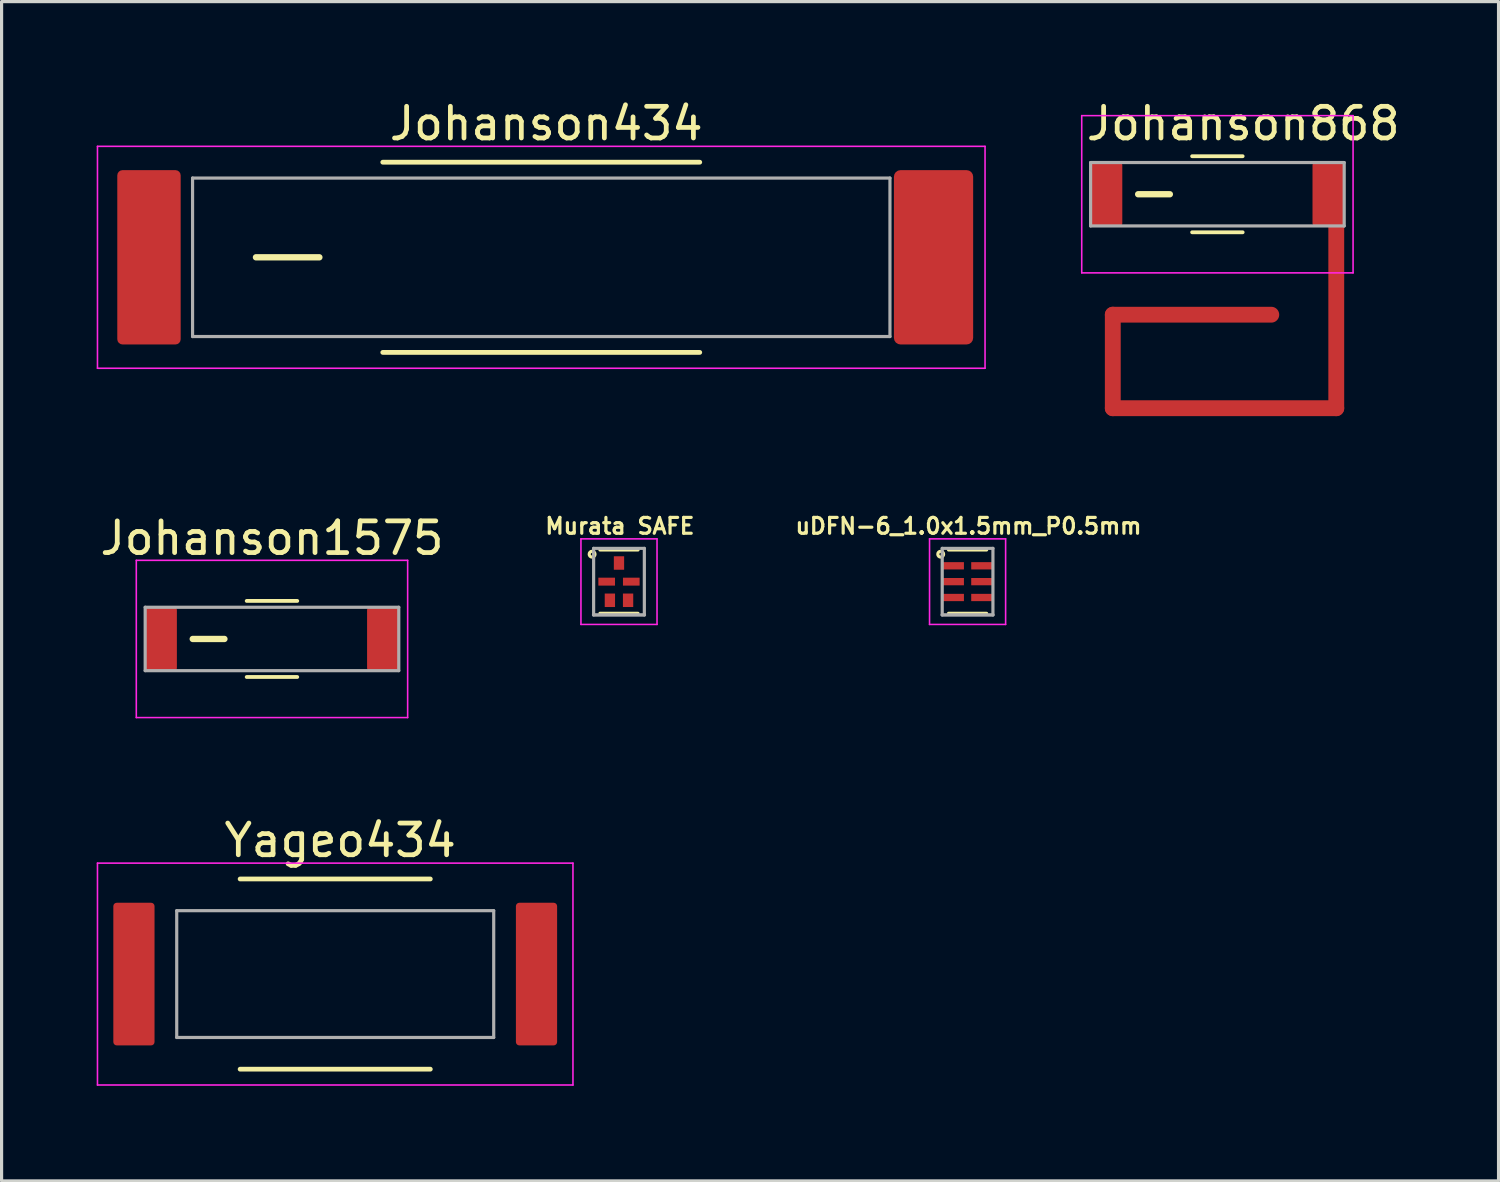
<source format=kicad_pcb>
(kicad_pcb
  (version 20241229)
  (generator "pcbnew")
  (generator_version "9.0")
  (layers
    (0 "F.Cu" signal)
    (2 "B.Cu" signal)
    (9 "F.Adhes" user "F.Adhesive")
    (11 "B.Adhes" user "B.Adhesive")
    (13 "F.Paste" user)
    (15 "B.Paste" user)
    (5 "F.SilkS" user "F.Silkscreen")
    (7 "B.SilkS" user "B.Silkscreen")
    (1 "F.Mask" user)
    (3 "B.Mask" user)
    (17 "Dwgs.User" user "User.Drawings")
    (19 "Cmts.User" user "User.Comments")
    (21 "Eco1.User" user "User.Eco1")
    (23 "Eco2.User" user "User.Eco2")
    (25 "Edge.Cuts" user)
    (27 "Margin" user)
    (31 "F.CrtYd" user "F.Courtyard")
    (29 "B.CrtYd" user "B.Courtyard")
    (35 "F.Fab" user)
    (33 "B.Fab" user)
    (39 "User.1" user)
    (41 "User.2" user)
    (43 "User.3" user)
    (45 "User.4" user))
  (footprint "uDFN-6_1.0x1.5mm_P0.5mm"
    (layer "F.Cu")
    (at 27.474 15.299)
    (property "Reference" "uDFN-6_1.0x1.5mm_P0.5mm" (at 0.028 -1.753 0) (layer "F.SilkS") (effects (font (size 0.5 0.5) (thickness 0.1))))
    (attr smd)
    (fp_line (start -0.6 -1) (end 0.6 -1) (stroke (width 0.1) (type solid)) (layer "F.SilkS"))
    (fp_line (start -0.6 1) (end 0.6 1) (stroke (width 0.1) (type solid)) (layer "F.SilkS"))
    (fp_circle (center -0.848 -0.866) (end -0.772 -0.917) (stroke (width 0.1) (type solid)) (fill no) (layer "F.SilkS"))
    (fp_line (start -1.2 -1.35) (end -1.2 1.35) (stroke (width 0.05) (type solid)) (layer "F.CrtYd"))
    (fp_line (start -1.2 1.35) (end 1.2 1.35) (stroke (width 0.05) (type solid)) (layer "F.CrtYd"))
    (fp_line (start 1.2 -1.35) (end -1.2 -1.35) (stroke (width 0.05) (type solid)) (layer "F.CrtYd"))
    (fp_line (start 1.2 1.35) (end 1.2 -1.35) (stroke (width 0.05) (type solid)) (layer "F.CrtYd"))
    (fp_line (start -0.8 -1.05) (end 0.8 -1.05) (stroke (width 0.1) (type solid)) (layer "F.Fab"))
    (fp_line (start -0.8 1.05) (end -0.8 -1.05) (stroke (width 0.1) (type solid)) (layer "F.Fab"))
    (fp_line (start 0.8 -1.05) (end 0.8 1.05) (stroke (width 0.1) (type solid)) (layer "F.Fab"))
    (fp_line (start 0.8 1.05) (end -0.8 1.05) (stroke (width 0.11) (type solid)) (layer "F.Fab"))
    (pad "1" smd rect (at -0.465 -0.5) (size 0.7 0.23) (layers "F.Cu" "F.Mask" "F.Paste"))
    (pad "2" smd rect (at -0.465 0) (size 0.7 0.23) (layers "F.Cu" "F.Mask" "F.Paste"))
    (pad "3" smd rect (at -0.465 0.5) (size 0.7 0.23) (layers "F.Cu" "F.Mask" "F.Paste"))
    (pad "4" smd rect (at 0.465 0.5) (size 0.7 0.23) (layers "F.Cu" "F.Mask" "F.Paste"))
    (pad "5" smd rect (at 0.465 0) (size 0.7 0.23) (layers "F.Cu" "F.Mask" "F.Paste"))
    (pad "6" smd rect (at 0.465 -0.5) (size 0.7 0.23) (layers "F.Cu" "F.Mask" "F.Paste")))
  (footprint "Murata SAFE"
    (layer "F.Cu")
    (at 16.477 15.299)
    (property "Reference" "Murata SAFE" (at 0.028 -1.753 0) (layer "F.SilkS") (effects (font (size 0.5 0.5) (thickness 0.1))))
    (attr smd)
    (fp_line (start -0.6 -1) (end 0.6 -1) (stroke (width 0.1) (type solid)) (layer "F.SilkS"))
    (fp_line (start -0.6 1) (end 0.6 1) (stroke (width 0.1) (type solid)) (layer "F.SilkS"))
    (fp_circle (center -0.848 -0.866) (end -0.772 -0.917) (stroke (width 0.1) (type solid)) (fill no) (layer "F.SilkS"))
    (fp_line (start -1.2 -1.35) (end -1.2 1.35) (stroke (width 0.05) (type solid)) (layer "F.CrtYd"))
    (fp_line (start -1.2 1.35) (end 1.2 1.35) (stroke (width 0.05) (type solid)) (layer "F.CrtYd"))
    (fp_line (start 1.2 -1.35) (end -1.2 -1.35) (stroke (width 0.05) (type solid)) (layer "F.CrtYd"))
    (fp_line (start 1.2 1.35) (end 1.2 -1.35) (stroke (width 0.05) (type solid)) (layer "F.CrtYd"))
    (fp_line (start -0.8 -1.05) (end 0.8 -1.05) (stroke (width 0.1) (type solid)) (layer "F.Fab"))
    (fp_line (start -0.8 1.05) (end -0.8 -1.05) (stroke (width 0.1) (type solid)) (layer "F.Fab"))
    (fp_line (start 0.8 -1.05) (end 0.8 1.05) (stroke (width 0.1) (type solid)) (layer "F.Fab"))
    (fp_line (start 0.8 1.05) (end -0.8 1.05) (stroke (width 0.11) (type solid)) (layer "F.Fab"))
    (pad "1" smd rect (at 0 -0.588 90) (size 0.425 0.325) (layers "F.Cu" "F.Mask" "F.Paste"))
    (pad "2" smd rect (at -0.388 0) (size 0.525 0.25) (layers "F.Cu" "F.Mask" "F.Paste"))
    (pad "3" smd rect (at -0.287 0.588) (size 0.325 0.425) (layers "F.Cu" "F.Mask" "F.Paste"))
    (pad "4" smd rect (at 0.287 0.588) (size 0.325 0.425) (layers "F.Cu" "F.Mask" "F.Paste"))
    (pad "5" smd rect (at 0.388 0) (size 0.525 0.25) (layers "F.Cu" "F.Mask" "F.Paste")))
  (footprint "Johanson1575"
    (layer "F.Cu")
    (at 5.53 17.107)
    (property "Reference" "Johanson1575" (at 0 -3.18 0) (layer "F.SilkS") (effects (font (size 1 1) (thickness 0.15))))
    (attr smd)
    (fp_line (start -2.5 0) (end -1.5 0) (stroke (width 0.2) (type solid)) (layer "F.SilkS"))
    (fp_line (start -0.797 -1.2) (end 0.797 -1.2) (stroke (width 0.12) (type solid)) (layer "F.SilkS"))
    (fp_line (start -0.797 1.2) (end 0.797 1.2) (stroke (width 0.12) (type solid)) (layer "F.SilkS"))
    (fp_line (start -4.28 -2.48) (end 4.28 -2.48) (stroke (width 0.05) (type solid)) (layer "F.CrtYd"))
    (fp_line (start -4.28 2.48) (end -4.28 -2.48) (stroke (width 0.05) (type solid)) (layer "F.CrtYd"))
    (fp_line (start 4.28 -2.48) (end 4.28 2.48) (stroke (width 0.05) (type solid)) (layer "F.CrtYd"))
    (fp_line (start 4.28 2.48) (end -4.28 2.48) (stroke (width 0.05) (type solid)) (layer "F.CrtYd"))
    (fp_line (start -4 -1) (end 4 -1) (stroke (width 0.1) (type solid)) (layer "F.Fab"))
    (fp_line (start -4 1) (end -4 -1) (stroke (width 0.1) (type solid)) (layer "F.Fab"))
    (fp_line (start 4 -1) (end 4 1) (stroke (width 0.1) (type solid)) (layer "F.Fab"))
    (fp_line (start 4 1) (end -4 1) (stroke (width 0.1) (type solid)) (layer "F.Fab"))
    (pad "1" smd roundrect (at -3.5 0) (size 1 2) (layers "F.Cu" "F.Mask" "F.Paste") (roundrect_rratio 0.083))
    (pad "2" smd roundrect (at 3.5 0) (size 1 2) (layers "F.Cu" "F.Mask" "F.Paste") (roundrect_rratio 0.083)))
  (footprint "Johanson868"
    (layer "F.Cu")
    (at 35.355 3.078)
    (property "Reference" "Johanson868" (at 0.815 -2.23 0) (layer "F.SilkS") (effects (font (size 1 1) (thickness 0.15))))
    (attr smd)
    (fp_line (start -3.3 3.8) (end 1.7 3.8) (stroke (width 0.5) (type solid)) (layer "F.Cu"))
    (fp_line (start -3.3 6.75) (end -3.3 3.8) (stroke (width 0.5) (type solid)) (layer "F.Cu"))
    (fp_line (start 3.75 0) (end 3.75 6.75) (stroke (width 0.5) (type solid)) (layer "F.Cu"))
    (fp_line (start 3.75 6.75) (end -3.3 6.75) (stroke (width 0.5) (type solid)) (layer "F.Cu"))
    (fp_line (start -2.5 0) (end -1.5 0) (stroke (width 0.2) (type solid)) (layer "F.SilkS"))
    (fp_line (start -0.797 -1.2) (end 0.797 -1.2) (stroke (width 0.12) (type solid)) (layer "F.SilkS"))
    (fp_line (start -0.797 1.2) (end 0.797 1.2) (stroke (width 0.12) (type solid)) (layer "F.SilkS"))
    (fp_line (start -4.28 -2.48) (end 4.28 -2.48) (stroke (width 0.05) (type solid)) (layer "F.CrtYd"))
    (fp_line (start -4.28 2.48) (end -4.28 -2.48) (stroke (width 0.05) (type solid)) (layer "F.CrtYd"))
    (fp_line (start 4.28 -2.48) (end 4.28 2.48) (stroke (width 0.05) (type solid)) (layer "F.CrtYd"))
    (fp_line (start 4.28 2.48) (end -4.28 2.48) (stroke (width 0.05) (type solid)) (layer "F.CrtYd"))
    (fp_line (start -4 -1) (end 4 -1) (stroke (width 0.1) (type solid)) (layer "F.Fab"))
    (fp_line (start -4 1) (end -4 -1) (stroke (width 0.1) (type solid)) (layer "F.Fab"))
    (fp_line (start 4 -1) (end 4 1) (stroke (width 0.1) (type solid)) (layer "F.Fab"))
    (fp_line (start 4 1) (end -4 1) (stroke (width 0.1) (type solid)) (layer "F.Fab"))
    (pad "1" smd roundrect (at -3.5 0) (size 1 2) (layers "F.Cu" "F.Mask" "F.Paste") (roundrect_rratio 0.083))
    (pad "2" smd roundrect (at 3.5 0) (size 1 2) (layers "F.Cu" "F.Mask" "F.Paste") (roundrect_rratio 0.083)))
  (footprint "Johanson434"
    (layer "F.Cu")
    (at 14.025 5.067)
    (property "Reference" "Johanson434" (at 0.157 -4.219 0) (layer "F.SilkS") (effects (font (size 1 1) (thickness 0.15))))
    (attr smd)
    (fp_line (start -9 0) (end -7 0) (stroke (width 0.2) (type solid)) (layer "F.SilkS"))
    (fp_line (start -5 -3) (end 5 -3) (stroke (width 0.15) (type solid)) (layer "F.SilkS"))
    (fp_line (start -5 3) (end 5 3) (stroke (width 0.15) (type solid)) (layer "F.SilkS"))
    (fp_line (start -14 -3.5) (end 14 -3.5) (stroke (width 0.05) (type solid)) (layer "F.CrtYd"))
    (fp_line (start -14 3.5) (end -14 -3.5) (stroke (width 0.05) (type solid)) (layer "F.CrtYd"))
    (fp_line (start 14 -3.5) (end 14 3.5) (stroke (width 0.05) (type solid)) (layer "F.CrtYd"))
    (fp_line (start 14 3.5) (end -14 3.5) (stroke (width 0.05) (type solid)) (layer "F.CrtYd"))
    (fp_line (start -11 -2.5) (end 11 -2.5) (stroke (width 0.1) (type solid)) (layer "F.Fab"))
    (fp_line (start -11 2.5) (end -11 -2.5) (stroke (width 0.1) (type solid)) (layer "F.Fab"))
    (fp_line (start 11 -2.5) (end 11 2.5) (stroke (width 0.1) (type solid)) (layer "F.Fab"))
    (fp_line (start 11 2.5) (end -11 2.5) (stroke (width 0.1) (type solid)) (layer "F.Fab"))
    (pad "1" smd roundrect (at -12.375 0) (size 2 5.5) (layers "F.Cu" "F.Mask" "F.Paste") (roundrect_rratio 0.083))
    (pad "2" smd roundrect (at 12.375 0) (size 2.5 5.5) (layers "F.Cu" "F.Mask" "F.Paste") (roundrect_rratio 0.083)))
  (footprint "Yageo434"
    (layer "F.Cu")
    (at 7.525 27.679)
    (property "Reference" "Yageo434" (at 0.157 -4.219 0) (layer "F.SilkS") (effects (font (size 1 1) (thickness 0.15))))
    (attr smd)
    (fp_line (start -3 -3) (end 3 -3) (stroke (width 0.15) (type solid)) (layer "F.SilkS"))
    (fp_line (start -3 3) (end 3 3) (stroke (width 0.15) (type solid)) (layer "F.SilkS"))
    (fp_line (start -7.5 -3.5) (end 7.5 -3.5) (stroke (width 0.05) (type solid)) (layer "F.CrtYd"))
    (fp_line (start -7.5 3.5) (end -7.5 -3.5) (stroke (width 0.05) (type solid)) (layer "F.CrtYd"))
    (fp_line (start 7.5 -3.5) (end 7.5 3.5) (stroke (width 0.05) (type solid)) (layer "F.CrtYd"))
    (fp_line (start 7.5 3.5) (end -7.5 3.5) (stroke (width 0.05) (type solid)) (layer "F.CrtYd"))
    (fp_line (start -5 -2) (end 5 -2) (stroke (width 0.1) (type solid)) (layer "F.Fab"))
    (fp_line (start -5 2) (end -5 -2) (stroke (width 0.1) (type solid)) (layer "F.Fab"))
    (fp_line (start 5 -2) (end 5 2) (stroke (width 0.1) (type solid)) (layer "F.Fab"))
    (fp_line (start 5 2) (end -5 2) (stroke (width 0.1) (type solid)) (layer "F.Fab"))
    (pad "1" smd roundrect (at -6.35 0) (size 1.3 4.5) (layers "F.Cu" "F.Mask" "F.Paste") (roundrect_rratio 0.083))
    (pad "2" smd roundrect (at 6.35 0) (size 1.3 4.5) (layers "F.Cu" "F.Mask" "F.Paste") (roundrect_rratio 0.083)))
  (gr_rect
    (start -3 -3)
    (end 44.224 34.204)
    (stroke (width 0.1) (type default))
    (fill no)
    (layer "Edge.Cuts")))
</source>
